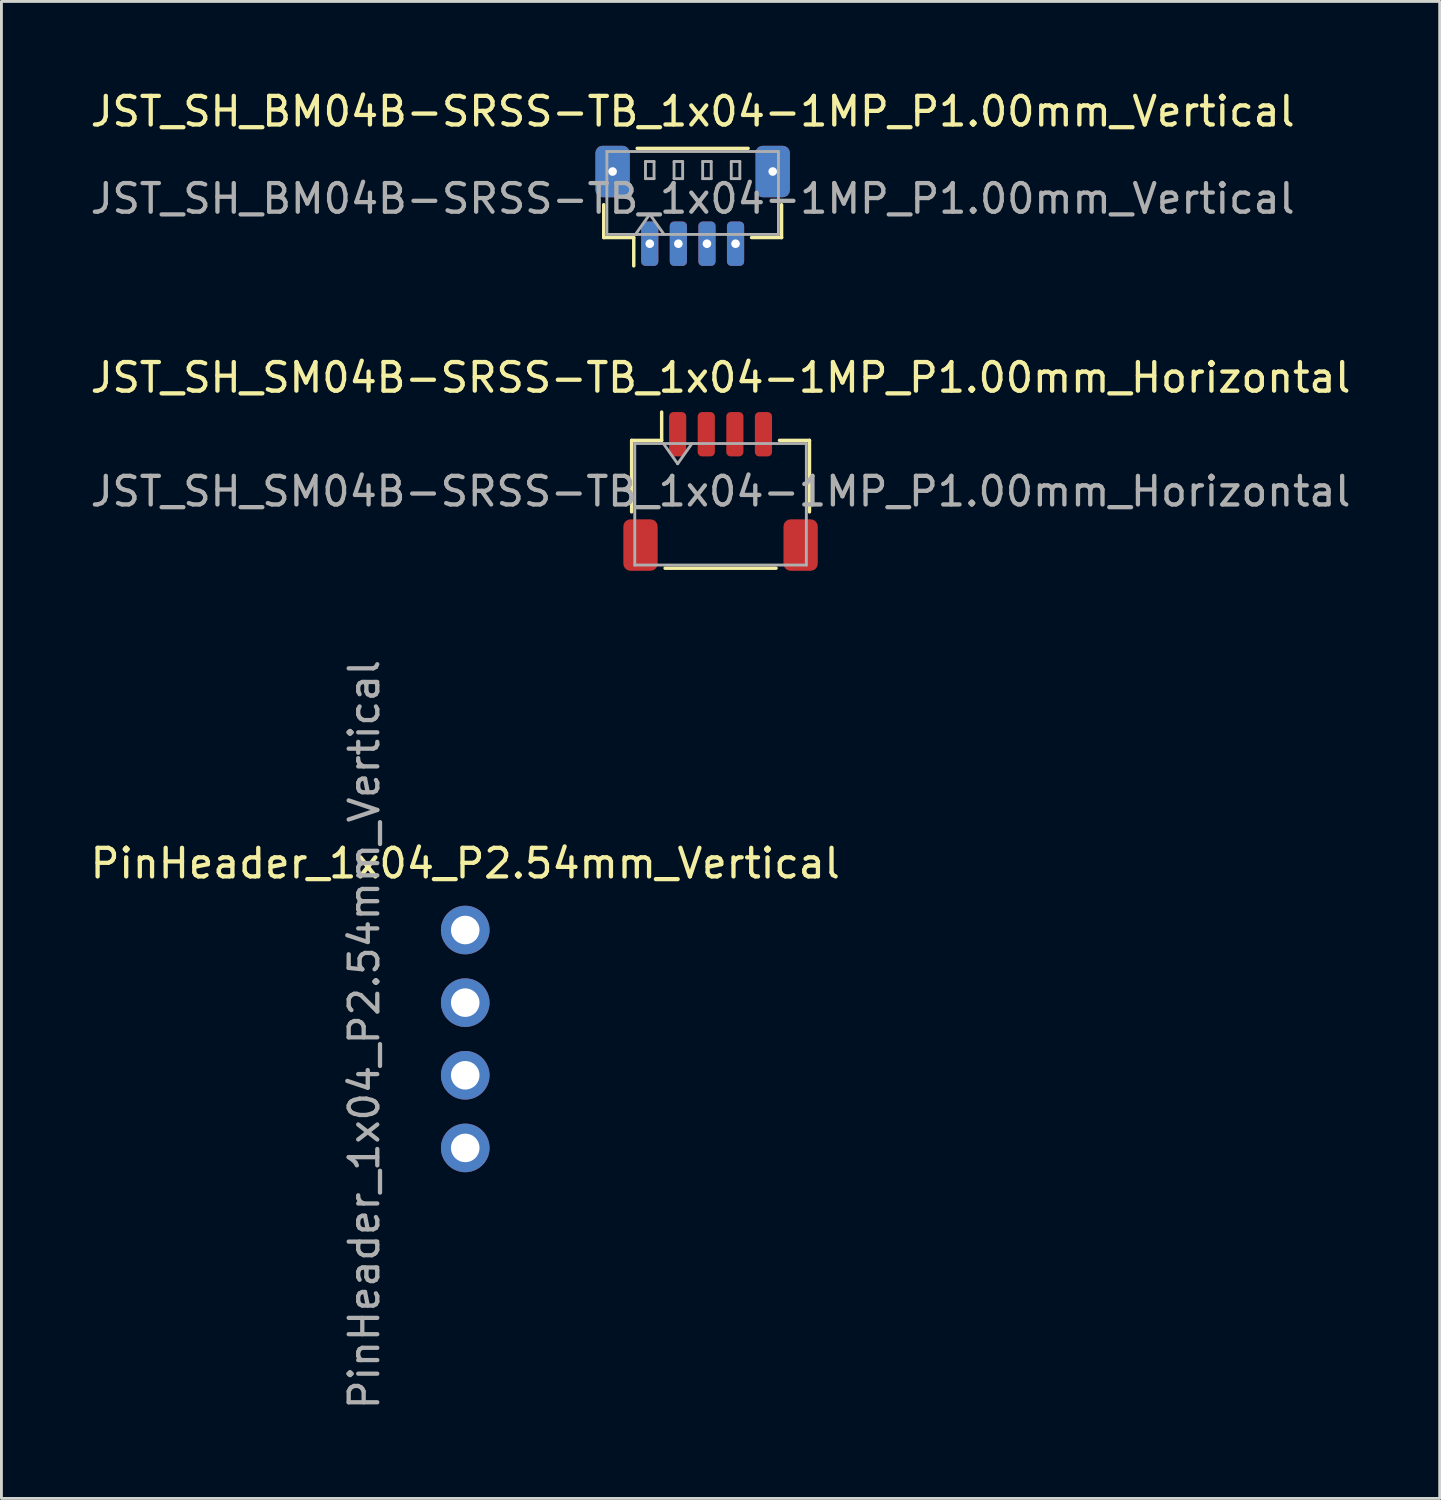
<source format=kicad_pcb>
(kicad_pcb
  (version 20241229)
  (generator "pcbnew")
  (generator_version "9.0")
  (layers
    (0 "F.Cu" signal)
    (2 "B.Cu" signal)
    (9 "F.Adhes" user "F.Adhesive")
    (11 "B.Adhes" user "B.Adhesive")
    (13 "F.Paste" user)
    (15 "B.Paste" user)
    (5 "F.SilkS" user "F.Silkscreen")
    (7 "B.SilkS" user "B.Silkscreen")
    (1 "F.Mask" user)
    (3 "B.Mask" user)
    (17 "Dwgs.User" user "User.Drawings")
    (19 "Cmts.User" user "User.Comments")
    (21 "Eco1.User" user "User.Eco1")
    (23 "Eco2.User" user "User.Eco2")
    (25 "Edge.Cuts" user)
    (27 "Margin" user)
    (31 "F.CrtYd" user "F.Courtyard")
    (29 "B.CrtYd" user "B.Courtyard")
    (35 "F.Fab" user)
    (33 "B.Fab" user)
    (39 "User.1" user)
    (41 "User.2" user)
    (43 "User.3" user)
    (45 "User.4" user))
  (footprint "PinHeader_1x04_P2.54mm_Vertical"
    (layer "F.Cu")
    (at 13.22 29.474)
    (property "Reference" "PinHeader_1x04_P2.54mm_Vertical" (at 0 -2.33 0) (layer "F.SilkS") (effects (font (size 1 1) (thickness 0.15))))
    (attr through_hole)
    (fp_text user "${REFERENCE}" (at -3.531 3.658 90) (layer "F.Fab") (effects (font (size 1 1) (thickness 0.15))))
    (pad "1" thru_hole circle (at 0 0) (size 1.7 1.7) (drill 1) (layers "*.Cu" "*.Mask"))
    (pad "2" thru_hole oval (at 0 2.54) (size 1.7 1.7) (drill 1) (layers "*.Cu" "*.Mask"))
    (pad "3" thru_hole oval (at 0 5.08) (size 1.7 1.7) (drill 1) (layers "*.Cu" "*.Mask"))
    (pad "4" thru_hole oval (at 0 7.62) (size 1.7 1.7) (drill 1) (layers "*.Cu" "*.Mask")))
  (footprint "JST_SH_BM04B-SRSS-TB_1x04-1MP_P1.00mm_Vertical"
    (layer "F.Cu")
    (at 21.173 4.148)
    (property "Reference" "JST_SH_BM04B-SRSS-TB_1x04-1MP_P1.00mm_Vertical" (at 0 -3.3 0) (layer "F.SilkS") (effects (font (size 1 1) (thickness 0.15))))
    (attr smd)
    (fp_line (start -3.11 -0.04) (end -3.11 1.11) (stroke (width 0.12) (type solid)) (layer "F.SilkS"))
    (fp_line (start -3.11 1.11) (end -2.06 1.11) (stroke (width 0.12) (type solid)) (layer "F.SilkS"))
    (fp_line (start -2.06 1.11) (end -2.06 2.1) (stroke (width 0.12) (type solid)) (layer "F.SilkS"))
    (fp_line (start -1.94 -2.01) (end 1.94 -2.01) (stroke (width 0.12) (type solid)) (layer "F.SilkS"))
    (fp_line (start 3.11 -0.04) (end 3.11 1.11) (stroke (width 0.12) (type solid)) (layer "F.SilkS"))
    (fp_line (start 3.11 1.11) (end 2.06 1.11) (stroke (width 0.12) (type solid)) (layer "F.SilkS"))
    (fp_line (start -3 -1.9) (end 3 -1.9) (stroke (width 0.1) (type solid)) (layer "F.Fab"))
    (fp_line (start -3 1) (end -3 -1.9) (stroke (width 0.1) (type solid)) (layer "F.Fab"))
    (fp_line (start -3 1) (end 3 1) (stroke (width 0.1) (type solid)) (layer "F.Fab"))
    (fp_line (start -2 1) (end -1.5 0.293) (stroke (width 0.1) (type solid)) (layer "F.Fab"))
    (fp_line (start -1.65 -1.55) (end -1.65 -0.95) (stroke (width 0.1) (type solid)) (layer "F.Fab"))
    (fp_line (start -1.65 -0.95) (end -1.35 -0.95) (stroke (width 0.1) (type solid)) (layer "F.Fab"))
    (fp_line (start -1.5 0.293) (end -1 1) (stroke (width 0.1) (type solid)) (layer "F.Fab"))
    (fp_line (start -1.35 -1.55) (end -1.65 -1.55) (stroke (width 0.1) (type solid)) (layer "F.Fab"))
    (fp_line (start -1.35 -0.95) (end -1.35 -1.55) (stroke (width 0.1) (type solid)) (layer "F.Fab"))
    (fp_line (start -0.65 -1.55) (end -0.65 -0.95) (stroke (width 0.1) (type solid)) (layer "F.Fab"))
    (fp_line (start -0.65 -0.95) (end -0.35 -0.95) (stroke (width 0.1) (type solid)) (layer "F.Fab"))
    (fp_line (start -0.35 -1.55) (end -0.65 -1.55) (stroke (width 0.1) (type solid)) (layer "F.Fab"))
    (fp_line (start -0.35 -0.95) (end -0.35 -1.55) (stroke (width 0.1) (type solid)) (layer "F.Fab"))
    (fp_line (start 0.35 -1.55) (end 0.35 -0.95) (stroke (width 0.1) (type solid)) (layer "F.Fab"))
    (fp_line (start 0.35 -0.95) (end 0.65 -0.95) (stroke (width 0.1) (type solid)) (layer "F.Fab"))
    (fp_line (start 0.65 -1.55) (end 0.35 -1.55) (stroke (width 0.1) (type solid)) (layer "F.Fab"))
    (fp_line (start 0.65 -0.95) (end 0.65 -1.55) (stroke (width 0.1) (type solid)) (layer "F.Fab"))
    (fp_line (start 1.35 -1.55) (end 1.35 -0.95) (stroke (width 0.1) (type solid)) (layer "F.Fab"))
    (fp_line (start 1.35 -0.95) (end 1.65 -0.95) (stroke (width 0.1) (type solid)) (layer "F.Fab"))
    (fp_line (start 1.65 -1.55) (end 1.35 -1.55) (stroke (width 0.1) (type solid)) (layer "F.Fab"))
    (fp_line (start 1.65 -0.95) (end 1.65 -1.55) (stroke (width 0.1) (type solid)) (layer "F.Fab"))
    (fp_line (start 3 1) (end 3 -1.9) (stroke (width 0.1) (type solid)) (layer "F.Fab"))
    (fp_text user "${REFERENCE}" (at 0 -0.25 0) (layer "F.Fab") (effects (font (size 1 1) (thickness 0.15))))
    (pad "1" thru_hole roundrect (at -1.5 1.325) (size 0.6 1.55) (drill 0.3) (layers "*.Cu" "F.Mask" "F.Paste") (roundrect_rratio 0.25))
    (pad "2" thru_hole roundrect (at -0.5 1.325) (size 0.6 1.55) (drill 0.3) (layers "*.Cu" "F.Mask" "F.Paste") (roundrect_rratio 0.25))
    (pad "3" thru_hole roundrect (at 0.5 1.325) (size 0.6 1.55) (drill 0.3) (layers "*.Cu" "F.Mask" "F.Paste") (roundrect_rratio 0.25))
    (pad "4" thru_hole roundrect (at 1.5 1.325) (size 0.6 1.55) (drill 0.3) (layers "*.Cu" "F.Mask" "F.Paste") (roundrect_rratio 0.25))
    (pad "MP" thru_hole roundrect (at -2.8 -1.2) (size 1.2 1.8) (drill 0.3) (layers "*.Cu" "F.Mask" "F.Paste") (roundrect_rratio 0.208))
    (pad "MP" thru_hole roundrect (at 2.8 -1.2) (size 1.2 1.8) (drill 0.3) (layers "*.Cu" "F.Mask" "F.Paste") (roundrect_rratio 0.208)))
  (footprint "JST_SH_SM04B-SRSS-TB_1x04-1MP_P1.00mm_Horizontal"
    (layer "F.Cu")
    (at 22.149 14.136)
    (property "Reference" "JST_SH_SM04B-SRSS-TB_1x04-1MP_P1.00mm_Horizontal" (at 0 -3.98 0) (layer "F.SilkS") (effects (font (size 1 1) (thickness 0.15))))
    (attr smd)
    (fp_line (start -3.11 -1.785) (end -2.06 -1.785) (stroke (width 0.12) (type solid)) (layer "F.SilkS"))
    (fp_line (start -3.11 0.715) (end -3.11 -1.785) (stroke (width 0.12) (type solid)) (layer "F.SilkS"))
    (fp_line (start -2.06 -1.785) (end -2.06 -2.775) (stroke (width 0.12) (type solid)) (layer "F.SilkS"))
    (fp_line (start -1.94 2.685) (end 1.94 2.685) (stroke (width 0.12) (type solid)) (layer "F.SilkS"))
    (fp_line (start 3.11 -1.785) (end 2.06 -1.785) (stroke (width 0.12) (type solid)) (layer "F.SilkS"))
    (fp_line (start 3.11 0.715) (end 3.11 -1.785) (stroke (width 0.12) (type solid)) (layer "F.SilkS"))
    (fp_line (start -3 -1.675) (end -3 2.575) (stroke (width 0.1) (type solid)) (layer "F.Fab"))
    (fp_line (start -3 -1.675) (end 3 -1.675) (stroke (width 0.1) (type solid)) (layer "F.Fab"))
    (fp_line (start -3 2.575) (end 3 2.575) (stroke (width 0.1) (type solid)) (layer "F.Fab"))
    (fp_line (start -2 -1.675) (end -1.5 -0.968) (stroke (width 0.1) (type solid)) (layer "F.Fab"))
    (fp_line (start -1.5 -0.968) (end -1 -1.675) (stroke (width 0.1) (type solid)) (layer "F.Fab"))
    (fp_line (start 3 -1.675) (end 3 2.575) (stroke (width 0.1) (type solid)) (layer "F.Fab"))
    (fp_text user "${REFERENCE}" (at 0 0 0) (layer "F.Fab") (effects (font (size 1 1) (thickness 0.15))))
    (pad "1" smd roundrect (at -1.5 -2) (size 0.6 1.55) (layers "F.Cu" "F.Mask" "F.Paste") (roundrect_rratio 0.25))
    (pad "2" smd roundrect (at -0.5 -2) (size 0.6 1.55) (layers "F.Cu" "F.Mask" "F.Paste") (roundrect_rratio 0.25))
    (pad "3" smd roundrect (at 0.5 -2) (size 0.6 1.55) (layers "F.Cu" "F.Mask" "F.Paste") (roundrect_rratio 0.25))
    (pad "4" smd roundrect (at 1.5 -2) (size 0.6 1.55) (layers "F.Cu" "F.Mask" "F.Paste") (roundrect_rratio 0.25))
    (pad "MP" smd roundrect (at -2.8 1.875) (size 1.2 1.8) (layers "F.Cu" "F.Mask" "F.Paste") (roundrect_rratio 0.208))
    (pad "MP" smd roundrect (at 2.8 1.875) (size 1.2 1.8) (layers "F.Cu" "F.Mask" "F.Paste") (roundrect_rratio 0.208)))
  (gr_rect
    (start -3 -3)
    (end 47.298 49.352)
    (stroke (width 0.1) (type default))
    (fill no)
    (layer "Edge.Cuts")))
</source>
